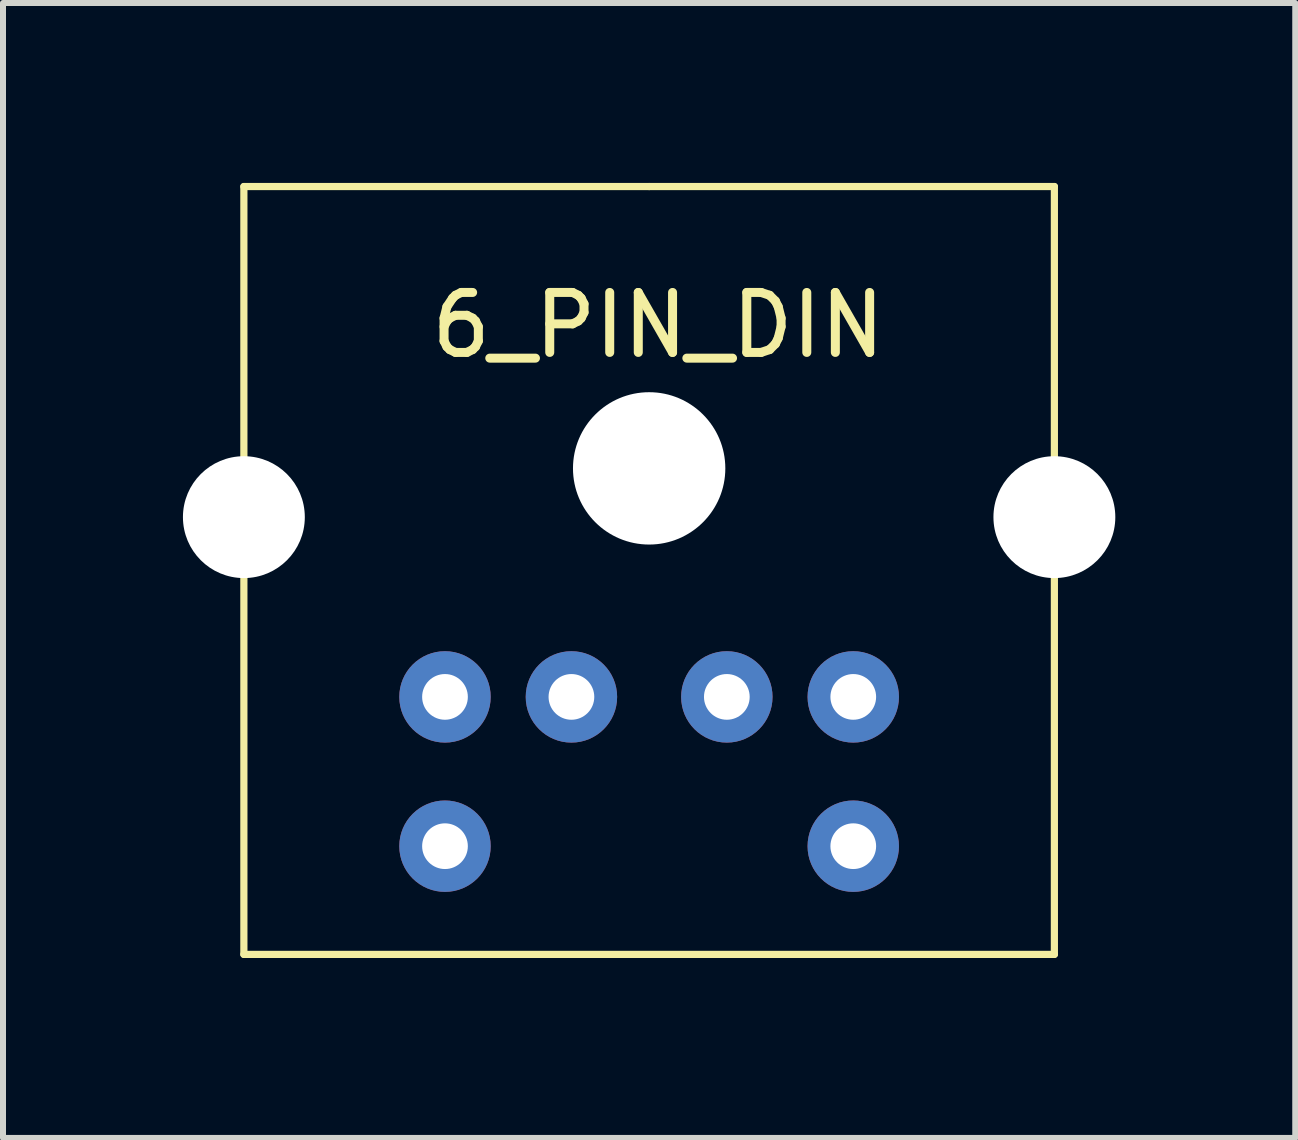
<source format=kicad_pcb>
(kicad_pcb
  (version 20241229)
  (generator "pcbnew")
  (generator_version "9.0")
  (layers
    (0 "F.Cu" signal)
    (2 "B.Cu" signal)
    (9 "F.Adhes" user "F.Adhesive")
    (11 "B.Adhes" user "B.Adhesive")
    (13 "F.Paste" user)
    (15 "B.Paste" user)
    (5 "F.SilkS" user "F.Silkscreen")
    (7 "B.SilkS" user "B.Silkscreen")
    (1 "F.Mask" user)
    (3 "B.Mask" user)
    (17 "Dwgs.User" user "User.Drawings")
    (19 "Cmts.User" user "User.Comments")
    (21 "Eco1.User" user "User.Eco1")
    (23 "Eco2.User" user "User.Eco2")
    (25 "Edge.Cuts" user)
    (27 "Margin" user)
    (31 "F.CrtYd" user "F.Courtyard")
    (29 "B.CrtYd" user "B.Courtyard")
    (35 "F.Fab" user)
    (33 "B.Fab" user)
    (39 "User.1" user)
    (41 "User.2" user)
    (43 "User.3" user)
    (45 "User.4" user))
  (footprint "6_PIN_DIN"
    (layer "F.Cu")
    (at 4.369 8.569)
    (property "Reference" "6_PIN_DIN" (at 3.556 -6.198 0) (layer "F.SilkS") (effects (font (size 1 1) (thickness 0.15))))
    (attr through_hole)
    (fp_line (start -3.353 -8.509) (end -3.353 4.293) (stroke (width 0.12) (type solid)) (layer "F.SilkS"))
    (fp_line (start -3.353 -8.509) (end 3.404 -8.509) (stroke (width 0.12) (type solid)) (layer "F.SilkS"))
    (fp_line (start -3.353 4.293) (end 10.16 4.293) (stroke (width 0.12) (type solid)) (layer "F.SilkS"))
    (fp_line (start 3.404 -8.509) (end 10.16 -8.509) (stroke (width 0.12) (type solid)) (layer "F.SilkS"))
    (fp_line (start 10.16 -8.509) (end 10.16 4.293) (stroke (width 0.12) (type solid)) (layer "F.SilkS"))
    (pad "" np_thru_hole circle (at -3.353 -2.997) (size 2.032 2.032) (drill 2.032) (layers "*.Cu" "*.Mask"))
    (pad "" np_thru_hole circle (at 3.404 -3.81) (size 2.54 2.54) (drill 2.54) (layers "*.Cu" "*.Mask"))
    (pad "" np_thru_hole circle (at 10.16 -2.997) (size 2.032 2.032) (drill 2.032) (layers "*.Cu" "*.Mask"))
    (pad "1" thru_hole circle (at 2.108 0) (size 1.524 1.524) (drill 0.762) (layers "*.Cu" "*.Mask"))
    (pad "2" thru_hole circle (at 4.699 0) (size 1.524 1.524) (drill 0.762) (layers "*.Cu" "*.Mask"))
    (pad "3" thru_hole circle (at 0 0) (size 1.524 1.524) (drill 0.762) (layers "*.Cu" "*.Mask"))
    (pad "4" thru_hole circle (at 6.807 0) (size 1.524 1.524) (drill 0.762) (layers "*.Cu" "*.Mask"))
    (pad "5" thru_hole circle (at 0 2.489) (size 1.524 1.524) (drill 0.762) (layers "*.Cu" "*.Mask"))
    (pad "6" thru_hole circle (at 6.807 2.489) (size 1.524 1.524) (drill 0.762) (layers "*.Cu" "*.Mask")))
  (gr_rect
    (start -3 -3)
    (end 18.545 15.922)
    (stroke (width 0.1) (type default))
    (fill no)
    (layer "Edge.Cuts")))
</source>
